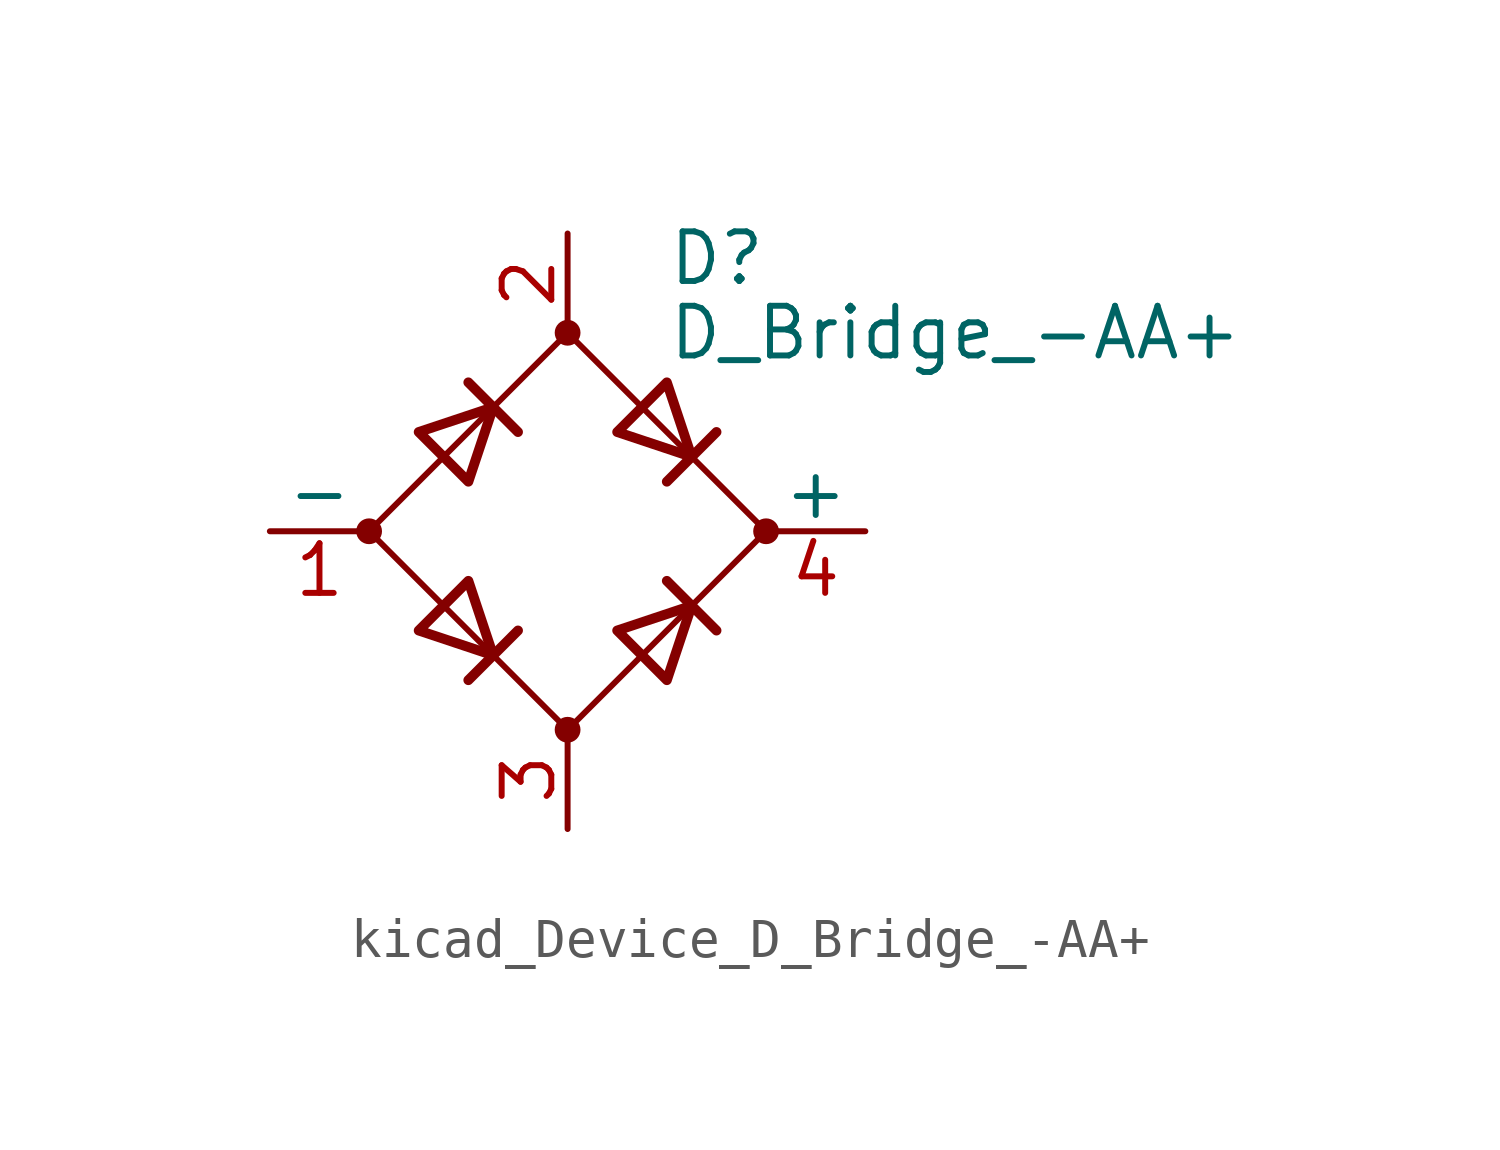
<source format=kicad_sym>
(kicad_symbol_lib
  (version 20220914)
  (generator kicad_symbol_editor)
  (symbol "kicad_Device_D_Bridge_-AA+"
    (pin_names
      (offset 0))
    (property "Reference" "D"
      (at 2.54 6.985 0)
      (effects (font (size 1.27 1.27)) (justify left)))
    (property "Value" "D_Bridge_-AA+"
      (at 2.54 5.08 0)
      (effects (font (size 1.27 1.27)) (justify left)))
    (symbol "kicad_Device_D_Bridge_-AA+_0_1"
      (circle (center -5.08 0) (radius 0.254) (stroke (width 0) (type default)) (fill (type outline)))
      (circle (center 0 -5.08) (radius 0.254) (stroke (width 0) (type default)) (fill (type outline)))
      (polyline (pts (xy -2.54 3.81) (xy -1.27 2.54)) (stroke (width 0.254) (type default)) (fill (type none)))
      (polyline (pts (xy -1.27 -2.54) (xy -2.54 -3.81)) (stroke (width 0.254) (type default)) (fill (type none)))
      (polyline (pts (xy 2.54 -1.27) (xy 3.81 -2.54)) (stroke (width 0.254) (type default)) (fill (type none)))
      (polyline (pts (xy 2.54 1.27) (xy 3.81 2.54)) (stroke (width 0.254) (type default)) (fill (type none)))
      (polyline (pts (xy -3.81 2.54) (xy -2.54 1.27) (xy -1.905 3.175) (xy -3.81 2.54)) (stroke (width 0.254) (type default)) (fill (type none)))
      (polyline (pts (xy -2.54 -1.27) (xy -3.81 -2.54) (xy -1.905 -3.175) (xy -2.54 -1.27)) (stroke (width 0.254) (type default)) (fill (type none)))
      (polyline (pts (xy 1.27 2.54) (xy 2.54 3.81) (xy 3.175 1.905) (xy 1.27 2.54)) (stroke (width 0.254) (type default)) (fill (type none)))
      (polyline (pts (xy 3.175 -1.905) (xy 1.27 -2.54) (xy 2.54 -3.81) (xy 3.175 -1.905)) (stroke (width 0.254) (type default)) (fill (type none)))
      (polyline (pts (xy -5.08 0) (xy 0 -5.08) (xy 5.08 0) (xy 0 5.08) (xy -5.08 0)) (stroke (width 0) (type default)) (fill (type none)))
      (circle (center 0 5.08) (radius 0.254) (stroke (width 0) (type default)) (fill (type outline)))
      (circle (center 5.08 0) (radius 0.254) (stroke (width 0) (type default)) (fill (type outline))))
    (symbol "kicad_Device_D_Bridge_-AA+_1_1"
      (pin passive line (at -7.62 0 0) (length 2.54) (name "-" (effects (font (size 1.27 1.27)))) (number "1" (effects (font (size 1.27 1.27)))))
      (pin passive line (at 0 7.62 270) (length 2.54) (name "~" (effects (font (size 1.27 1.27)))) (number "2" (effects (font (size 1.27 1.27)))))
      (pin passive line (at 0 -7.62 90) (length 2.54) (name "~" (effects (font (size 1.27 1.27)))) (number "3" (effects (font (size 1.27 1.27)))))
      (pin passive line (at 7.62 0 180) (length 2.54) (name "+" (effects (font (size 1.27 1.27)))) (number "4" (effects (font (size 1.27 1.27))))))))
</source>
